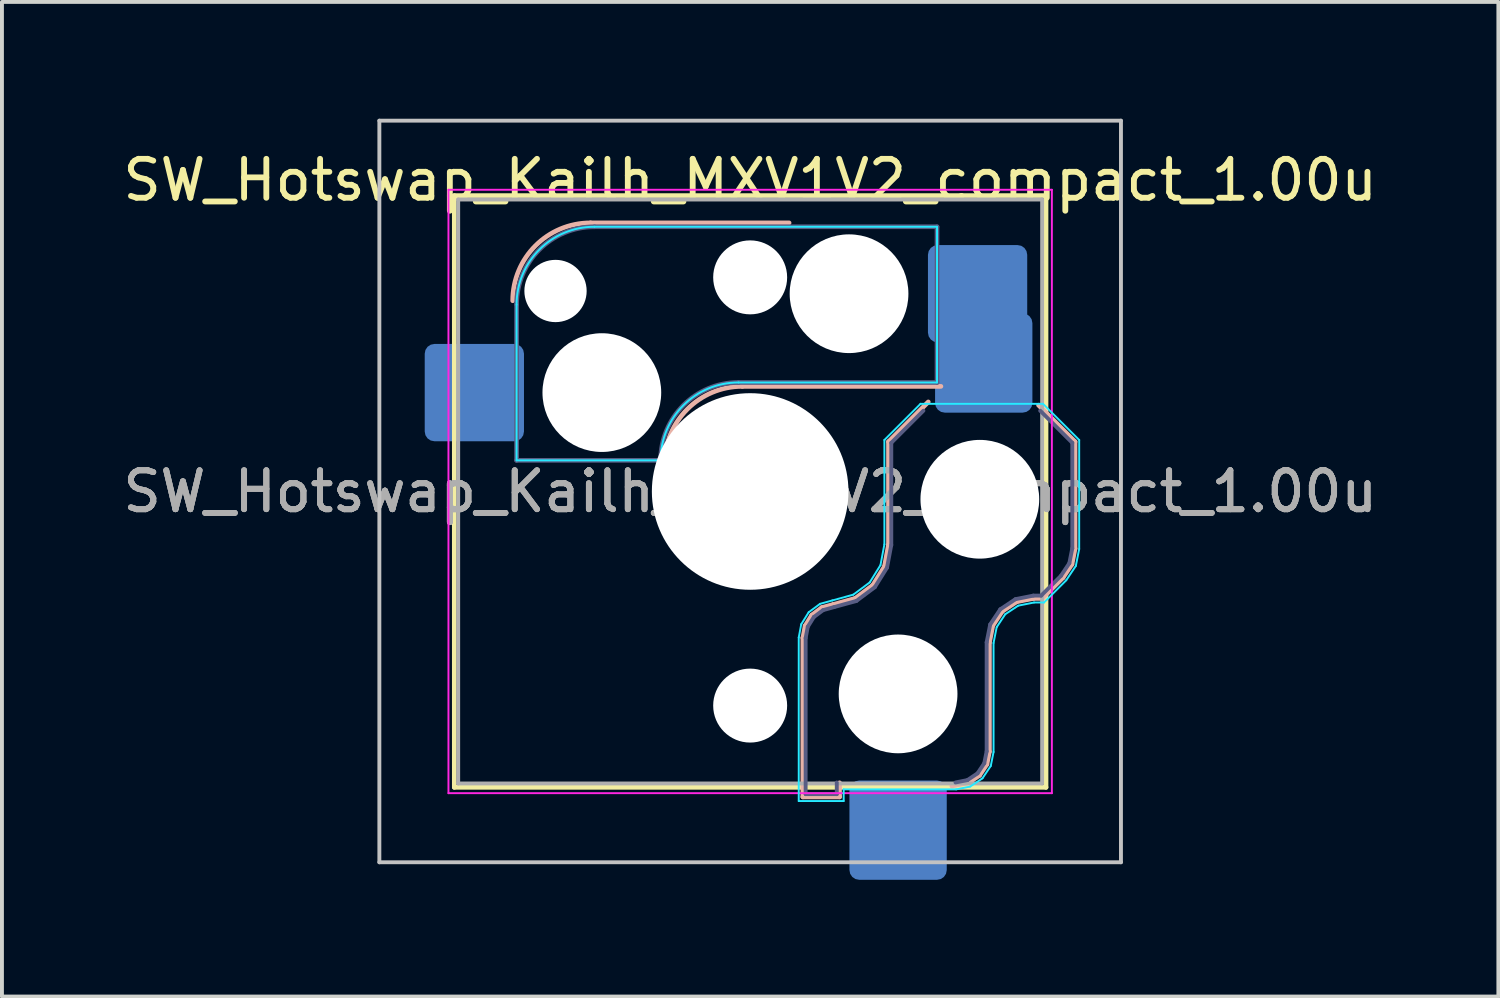
<source format=kicad_pcb>
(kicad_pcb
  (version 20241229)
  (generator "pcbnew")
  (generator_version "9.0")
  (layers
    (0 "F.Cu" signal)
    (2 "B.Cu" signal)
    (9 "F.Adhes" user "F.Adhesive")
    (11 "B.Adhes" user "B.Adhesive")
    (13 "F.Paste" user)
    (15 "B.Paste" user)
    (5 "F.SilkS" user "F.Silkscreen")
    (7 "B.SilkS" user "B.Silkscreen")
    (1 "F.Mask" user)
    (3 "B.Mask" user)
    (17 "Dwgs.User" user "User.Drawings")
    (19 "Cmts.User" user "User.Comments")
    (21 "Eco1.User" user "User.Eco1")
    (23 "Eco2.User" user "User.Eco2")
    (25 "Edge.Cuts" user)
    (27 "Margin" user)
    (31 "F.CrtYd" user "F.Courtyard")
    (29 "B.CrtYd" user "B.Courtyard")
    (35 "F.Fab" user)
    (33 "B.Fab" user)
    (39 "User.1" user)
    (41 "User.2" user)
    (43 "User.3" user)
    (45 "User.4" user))
  (footprint "SW_Hotswap_Kailh_MXV1V2_compact_1.00u"
    (layer "F.Cu")
    (at 16.22 9.575)
    (property "Reference" "SW_Hotswap_Kailh_MXV1V2_compact_1.00u" (at 0 -8 0) (layer "F.SilkS") (effects (font (size 1 1) (thickness 0.15))))
    (attr smd)
    (fp_line (start -7.6 -7.6) (end -7.6 7.6) (stroke (width 0.12) (type solid)) (layer "F.SilkS"))
    (fp_line (start -7.6 7.6) (end 7.6 7.6) (stroke (width 0.12) (type solid)) (layer "F.SilkS"))
    (fp_line (start 7.6 -7.6) (end -7.6 -7.6) (stroke (width 0.12) (type solid)) (layer "F.SilkS"))
    (fp_line (start 7.6 7.6) (end 7.6 -7.6) (stroke (width 0.12) (type solid)) (layer "F.SilkS"))
    (fp_line (start -4.1 -6.9) (end 1 -6.9) (stroke (width 0.12) (type solid)) (layer "B.SilkS"))
    (fp_line (start -0.2 -2.7) (end 4.9 -2.7) (stroke (width 0.12) (type solid)) (layer "B.SilkS"))
    (fp_line (start 1.354 3.76) (end 1.413 3.45) (stroke (width 0.12) (type solid)) (layer "B.SilkS"))
    (fp_line (start 1.354 7.846) (end 1.354 3.76) (stroke (width 0.12) (type solid)) (layer "B.SilkS"))
    (fp_line (start 1.413 3.45) (end 1.583 3.176) (stroke (width 0.12) (type solid)) (layer "B.SilkS"))
    (fp_line (start 1.583 3.176) (end 1.841 2.983) (stroke (width 0.12) (type solid)) (layer "B.SilkS"))
    (fp_line (start 1.841 2.983) (end 2.139 2.901) (stroke (width 0.12) (type solid)) (layer "B.SilkS"))
    (fp_line (start 2.139 2.901) (end 2.697 2.747) (stroke (width 0.12) (type solid)) (layer "B.SilkS"))
    (fp_line (start 2.296 7.483) (end 2.296 7.846) (stroke (width 0.12) (type solid)) (layer "B.SilkS"))
    (fp_line (start 2.296 7.846) (end 1.354 7.846) (stroke (width 0.12) (type solid)) (layer "B.SilkS"))
    (fp_line (start 2.697 2.747) (end 3.15 2.409) (stroke (width 0.12) (type solid)) (layer "B.SilkS"))
    (fp_line (start 3.15 2.409) (end 3.449 1.93) (stroke (width 0.12) (type solid)) (layer "B.SilkS"))
    (fp_line (start 3.449 1.93) (end 3.554 1.368) (stroke (width 0.12) (type solid)) (layer "B.SilkS"))
    (fp_line (start 3.554 -1.279) (end 4.575 -2.3) (stroke (width 0.12) (type solid)) (layer "B.SilkS"))
    (fp_line (start 3.554 1.368) (end 3.554 -1.279) (stroke (width 0.12) (type solid)) (layer "B.SilkS"))
    (fp_line (start 5.609 7.481) (end 5.182 7.566) (stroke (width 0.12) (type solid)) (layer "B.SilkS"))
    (fp_line (start 5.892 7.292) (end 5.609 7.481) (stroke (width 0.12) (type solid)) (layer "B.SilkS"))
    (fp_line (start 6.081 7.009) (end 5.892 7.292) (stroke (width 0.12) (type solid)) (layer "B.SilkS"))
    (fp_line (start 6.146 3.882) (end 6.146 6.682) (stroke (width 0.12) (type solid)) (layer "B.SilkS"))
    (fp_line (start 6.146 6.682) (end 6.081 7.009) (stroke (width 0.12) (type solid)) (layer "B.SilkS"))
    (fp_line (start 6.233 3.444) (end 6.146 3.882) (stroke (width 0.12) (type solid)) (layer "B.SilkS"))
    (fp_line (start 6.477 3.077) (end 6.233 3.444) (stroke (width 0.12) (type solid)) (layer "B.SilkS"))
    (fp_line (start 6.844 2.833) (end 6.477 3.077) (stroke (width 0.12) (type solid)) (layer "B.SilkS"))
    (fp_line (start 7.282 2.746) (end 6.844 2.833) (stroke (width 0.12) (type solid)) (layer "B.SilkS"))
    (fp_line (start 7.409 -2.216) (end 8.346 -1.279) (stroke (width 0.12) (type solid)) (layer "B.SilkS"))
    (fp_line (start 7.504 2.746) (end 7.282 2.746) (stroke (width 0.12) (type solid)) (layer "B.SilkS"))
    (fp_line (start 8.037 2.213) (end 7.504 2.746) (stroke (width 0.12) (type solid)) (layer "B.SilkS"))
    (fp_line (start 8.266 1.871) (end 8.037 2.213) (stroke (width 0.12) (type solid)) (layer "B.SilkS"))
    (fp_line (start 8.346 -1.279) (end 8.346 1.468) (stroke (width 0.12) (type solid)) (layer "B.SilkS"))
    (fp_line (start 8.346 1.468) (end 8.266 1.871) (stroke (width 0.12) (type solid)) (layer "B.SilkS"))
    (fp_arc (start -6.1 -4.9) (mid -5.514214 -6.314214) (end -4.1 -6.9) (stroke (width 0.12) (type solid)) (layer "B.SilkS"))
    (fp_arc (start -2.2 -0.7) (mid -1.614214 -2.114214) (end -0.2 -2.7) (stroke (width 0.12) (type solid)) (layer "B.SilkS"))
    (fp_line (start -9.525 -9.525) (end -9.525 9.525) (stroke (width 0.1) (type solid)) (layer "Dwgs.User"))
    (fp_line (start -9.525 9.525) (end 9.525 9.525) (stroke (width 0.1) (type solid)) (layer "Dwgs.User"))
    (fp_line (start 9.525 -9.525) (end -9.525 -9.525) (stroke (width 0.1) (type solid)) (layer "Dwgs.User"))
    (fp_line (start 9.525 9.525) (end 9.525 -9.525) (stroke (width 0.1) (type solid)) (layer "Dwgs.User"))
    (fp_line (start -6 -0.8) (end -6 -4.8) (stroke (width 0.05) (type solid)) (layer "B.CrtYd"))
    (fp_line (start -6 -0.8) (end -2.3 -0.8) (stroke (width 0.05) (type solid)) (layer "B.CrtYd"))
    (fp_line (start -4 -6.8) (end 4.8 -6.8) (stroke (width 0.05) (type solid)) (layer "B.CrtYd"))
    (fp_line (start -0.3 -2.8) (end 4.8 -2.8) (stroke (width 0.05) (type solid)) (layer "B.CrtYd"))
    (fp_line (start 1.248 3.75) (end 1.312 3.411) (stroke (width 0.05) (type solid)) (layer "B.CrtYd"))
    (fp_line (start 1.248 7.952) (end 1.248 3.75) (stroke (width 0.05) (type solid)) (layer "B.CrtYd"))
    (fp_line (start 1.312 3.411) (end 1.503 3.103) (stroke (width 0.05) (type solid)) (layer "B.CrtYd"))
    (fp_line (start 1.503 3.103) (end 1.794 2.887) (stroke (width 0.05) (type solid)) (layer "B.CrtYd"))
    (fp_line (start 1.794 2.887) (end 2.111 2.799) (stroke (width 0.05) (type solid)) (layer "B.CrtYd"))
    (fp_line (start 2.111 2.799) (end 2.65 2.65) (stroke (width 0.05) (type solid)) (layer "B.CrtYd"))
    (fp_line (start 2.402 7.652) (end 2.402 7.952) (stroke (width 0.05) (type solid)) (layer "B.CrtYd"))
    (fp_line (start 2.402 7.952) (end 1.248 7.952) (stroke (width 0.05) (type solid)) (layer "B.CrtYd"))
    (fp_line (start 2.65 2.65) (end 3.071 2.336) (stroke (width 0.05) (type solid)) (layer "B.CrtYd"))
    (fp_line (start 3.071 2.336) (end 3.348 1.891) (stroke (width 0.05) (type solid)) (layer "B.CrtYd"))
    (fp_line (start 3.348 1.891) (end 3.448 1.359) (stroke (width 0.05) (type solid)) (layer "B.CrtYd"))
    (fp_line (start 3.448 -1.323) (end 4.377 -2.252) (stroke (width 0.05) (type solid)) (layer "B.CrtYd"))
    (fp_line (start 3.448 1.359) (end 3.448 -1.323) (stroke (width 0.05) (type solid)) (layer "B.CrtYd"))
    (fp_line (start 4.377 -2.252) (end 7.523 -2.252) (stroke (width 0.05) (type solid)) (layer "B.CrtYd"))
    (fp_line (start 4.8 -6.8) (end 4.8 -2.8) (stroke (width 0.05) (type solid)) (layer "B.CrtYd"))
    (fp_line (start 5.292 7.652) (end 2.402 7.652) (stroke (width 0.05) (type solid)) (layer "B.CrtYd"))
    (fp_line (start 5.65 7.581) (end 5.292 7.652) (stroke (width 0.05) (type solid)) (layer "B.CrtYd"))
    (fp_line (start 5.968 7.368) (end 5.65 7.581) (stroke (width 0.05) (type solid)) (layer "B.CrtYd"))
    (fp_line (start 6.181 7.05) (end 5.968 7.368) (stroke (width 0.05) (type solid)) (layer "B.CrtYd"))
    (fp_line (start 6.252 3.892) (end 6.252 6.692) (stroke (width 0.05) (type solid)) (layer "B.CrtYd"))
    (fp_line (start 6.252 6.692) (end 6.181 7.05) (stroke (width 0.05) (type solid)) (layer "B.CrtYd"))
    (fp_line (start 6.333 3.485) (end 6.252 3.892) (stroke (width 0.05) (type solid)) (layer "B.CrtYd"))
    (fp_line (start 6.553 3.153) (end 6.333 3.485) (stroke (width 0.05) (type solid)) (layer "B.CrtYd"))
    (fp_line (start 6.885 2.933) (end 6.553 3.153) (stroke (width 0.05) (type solid)) (layer "B.CrtYd"))
    (fp_line (start 7.292 2.852) (end 6.885 2.933) (stroke (width 0.05) (type solid)) (layer "B.CrtYd"))
    (fp_line (start 7.523 -2.252) (end 8.452 -1.323) (stroke (width 0.05) (type solid)) (layer "B.CrtYd"))
    (fp_line (start 7.548 2.852) (end 7.292 2.852) (stroke (width 0.05) (type solid)) (layer "B.CrtYd"))
    (fp_line (start 8.119 2.281) (end 7.548 2.852) (stroke (width 0.05) (type solid)) (layer "B.CrtYd"))
    (fp_line (start 8.366 1.912) (end 8.119 2.281) (stroke (width 0.05) (type solid)) (layer "B.CrtYd"))
    (fp_line (start 8.452 -1.323) (end 8.452 1.478) (stroke (width 0.05) (type solid)) (layer "B.CrtYd"))
    (fp_line (start 8.452 1.478) (end 8.366 1.912) (stroke (width 0.05) (type solid)) (layer "B.CrtYd"))
    (fp_arc (start -6 -4.8) (mid -5.414214 -6.214214) (end -4 -6.8) (stroke (width 0.05) (type solid)) (layer "B.CrtYd"))
    (fp_arc (start -2.3 -0.8) (mid -1.714214 -2.214214) (end -0.3 -2.8) (stroke (width 0.05) (type solid)) (layer "B.CrtYd"))
    (fp_line (start -7.75 -7.75) (end -7.75 7.75) (stroke (width 0.05) (type solid)) (layer "F.CrtYd"))
    (fp_line (start -7.75 7.75) (end 7.75 7.75) (stroke (width 0.05) (type solid)) (layer "F.CrtYd"))
    (fp_line (start 7.75 -7.75) (end -7.75 -7.75) (stroke (width 0.05) (type solid)) (layer "F.CrtYd"))
    (fp_line (start 7.75 7.75) (end 7.75 -7.75) (stroke (width 0.05) (type solid)) (layer "F.CrtYd"))
    (fp_line (start -6 -0.8) (end -6 -4.8) (stroke (width 0.12) (type solid)) (layer "B.Fab"))
    (fp_line (start -6 -0.8) (end -2.3 -0.8) (stroke (width 0.12) (type solid)) (layer "B.Fab"))
    (fp_line (start -4 -6.8) (end 4.8 -6.8) (stroke (width 0.12) (type solid)) (layer "B.Fab"))
    (fp_line (start -0.3 -2.8) (end 4.8 -2.8) (stroke (width 0.12) (type solid)) (layer "B.Fab"))
    (fp_line (start 1.425 3.767) (end 1.48 3.476) (stroke (width 0.1) (type solid)) (layer "B.Fab"))
    (fp_line (start 1.425 7.775) (end 1.425 3.767) (stroke (width 0.1) (type solid)) (layer "B.Fab"))
    (fp_line (start 1.48 3.476) (end 1.636 3.225) (stroke (width 0.1) (type solid)) (layer "B.Fab"))
    (fp_line (start 1.636 3.225) (end 1.873 3.048) (stroke (width 0.1) (type solid)) (layer "B.Fab"))
    (fp_line (start 1.873 3.048) (end 2.158 2.969) (stroke (width 0.1) (type solid)) (layer "B.Fab"))
    (fp_line (start 2.158 2.969) (end 2.729 2.812) (stroke (width 0.1) (type solid)) (layer "B.Fab"))
    (fp_line (start 2.225 7.475) (end 2.225 7.775) (stroke (width 0.1) (type solid)) (layer "B.Fab"))
    (fp_line (start 2.225 7.775) (end 1.425 7.775) (stroke (width 0.1) (type solid)) (layer "B.Fab"))
    (fp_line (start 2.729 2.812) (end 3.203 2.458) (stroke (width 0.1) (type solid)) (layer "B.Fab"))
    (fp_line (start 3.203 2.458) (end 3.516 1.956) (stroke (width 0.1) (type solid)) (layer "B.Fab"))
    (fp_line (start 3.516 1.956) (end 3.625 1.375) (stroke (width 0.1) (type solid)) (layer "B.Fab"))
    (fp_line (start 3.625 -1.25) (end 4.45 -2.075) (stroke (width 0.1) (type solid)) (layer "B.Fab"))
    (fp_line (start 3.625 1.375) (end 3.625 -1.25) (stroke (width 0.1) (type solid)) (layer "B.Fab"))
    (fp_line (start 4.8 -6.8) (end 4.8 -2.8) (stroke (width 0.12) (type solid)) (layer "B.Fab"))
    (fp_line (start 5.581 7.414) (end 5.275 7.475) (stroke (width 0.1) (type solid)) (layer "B.Fab"))
    (fp_line (start 5.841 7.241) (end 5.581 7.414) (stroke (width 0.1) (type solid)) (layer "B.Fab"))
    (fp_line (start 6.014 6.981) (end 5.841 7.241) (stroke (width 0.1) (type solid)) (layer "B.Fab"))
    (fp_line (start 6.075 3.875) (end 6.075 6.675) (stroke (width 0.1) (type solid)) (layer "B.Fab"))
    (fp_line (start 6.075 6.675) (end 6.014 6.981) (stroke (width 0.1) (type solid)) (layer "B.Fab"))
    (fp_line (start 6.166 3.416) (end 6.075 3.875) (stroke (width 0.1) (type solid)) (layer "B.Fab"))
    (fp_line (start 6.426 3.026) (end 6.166 3.416) (stroke (width 0.1) (type solid)) (layer "B.Fab"))
    (fp_line (start 6.816 2.766) (end 6.426 3.026) (stroke (width 0.1) (type solid)) (layer "B.Fab"))
    (fp_line (start 7.275 2.675) (end 6.816 2.766) (stroke (width 0.1) (type solid)) (layer "B.Fab"))
    (fp_line (start 7.45 -2.075) (end 8.275 -1.25) (stroke (width 0.1) (type solid)) (layer "B.Fab"))
    (fp_line (start 7.475 2.675) (end 7.275 2.675) (stroke (width 0.1) (type solid)) (layer "B.Fab"))
    (fp_line (start 7.982 2.168) (end 7.475 2.675) (stroke (width 0.1) (type solid)) (layer "B.Fab"))
    (fp_line (start 8.199 1.843) (end 7.982 2.168) (stroke (width 0.1) (type solid)) (layer "B.Fab"))
    (fp_line (start 8.275 -1.25) (end 8.275 1.461) (stroke (width 0.1) (type solid)) (layer "B.Fab"))
    (fp_line (start 8.275 1.461) (end 8.199 1.843) (stroke (width 0.1) (type solid)) (layer "B.Fab"))
    (fp_arc (start -6 -4.8) (mid -5.414214 -6.214214) (end -4 -6.8) (stroke (width 0.12) (type solid)) (layer "B.Fab"))
    (fp_arc (start -2.3 -0.8) (mid -1.714214 -2.214214) (end -0.3 -2.8) (stroke (width 0.12) (type solid)) (layer "B.Fab"))
    (fp_line (start -7.5 -7.5) (end -7.5 7.5) (stroke (width 0.1) (type solid)) (layer "F.Fab"))
    (fp_line (start -7.5 7.5) (end 7.5 7.5) (stroke (width 0.1) (type solid)) (layer "F.Fab"))
    (fp_line (start 7.5 -7.5) (end -7.5 -7.5) (stroke (width 0.1) (type solid)) (layer "F.Fab"))
    (fp_line (start 7.5 7.5) (end 7.5 -7.5) (stroke (width 0.1) (type solid)) (layer "F.Fab"))
    (fp_text user "${REFERENCE}" (at 0 0 180) (layer "F.Fab") (effects (font (size 1 1) (thickness 0.15))))
    (fp_text user "${REFERENCE}" (at 0 0 180) (layer "F.Fab") (effects (font (size 1 1) (thickness 0.15))))
    (fp_text user "${REFERENCE}" (at 0 0 0) (layer "F.Fab") (effects (font (size 1 1) (thickness 0.15))))
    (pad "" np_thru_hole circle (at -5 -5.15) (size 1.6 1.6) (drill 1.6) (layers "*.Cu" "*.Mask"))
    (pad "" np_thru_hole circle (at -3.81 -2.54) (size 3.05 3.05) (drill 3.05) (layers "*.Cu" "*.Mask"))
    (pad "" np_thru_hole circle (at 0 -5.5 270) (size 1.9 1.9) (drill 1.9) (layers "*.Cu" "*.Mask"))
    (pad "" np_thru_hole circle (at 0 0 270) (size 5.05 5.05) (drill 5.05) (layers "*.Cu" "*.Mask"))
    (pad "" np_thru_hole circle (at 0 5.5 270) (size 1.9 1.9) (drill 1.9) (layers "*.Cu" "*.Mask"))
    (pad "" np_thru_hole circle (at 2.54 -5.08) (size 3.05 3.05) (drill 3.05) (layers "*.Cu" "*.Mask"))
    (pad "" np_thru_hole circle (at 3.8 5.2 270) (size 3.05 3.05) (drill 3.05) (layers "*.Cu" "*.Mask"))
    (pad "" np_thru_hole circle (at 5.9 0.2 270) (size 3.05 3.05) (drill 3.05) (layers "*.Cu" "*.Mask"))
    (pad "1" smd roundrect (at 5.842 -5.08) (size 2.55 2.5) (layers "B.Cu" "B.Mask" "B.Paste") (roundrect_rratio 0.1))
    (pad "1" smd roundrect (at 6 -3.3 270) (size 2.55 2.5) (layers "B.Cu" "B.Mask" "B.Paste") (roundrect_rratio 0.1))
    (pad "2" smd roundrect (at -7.085 -2.54) (size 2.55 2.5) (layers "B.Cu" "B.Mask" "B.Paste") (roundrect_rratio 0.1))
    (pad "2" smd roundrect (at 3.8 8.7 270) (size 2.55 2.5) (layers "B.Cu" "B.Mask" "B.Paste") (roundrect_rratio 0.1)))
  (gr_rect
    (start -3 -3)
    (end 35.44 22.55)
    (stroke (width 0.1) (type default))
    (fill no)
    (layer "Edge.Cuts")))
</source>
